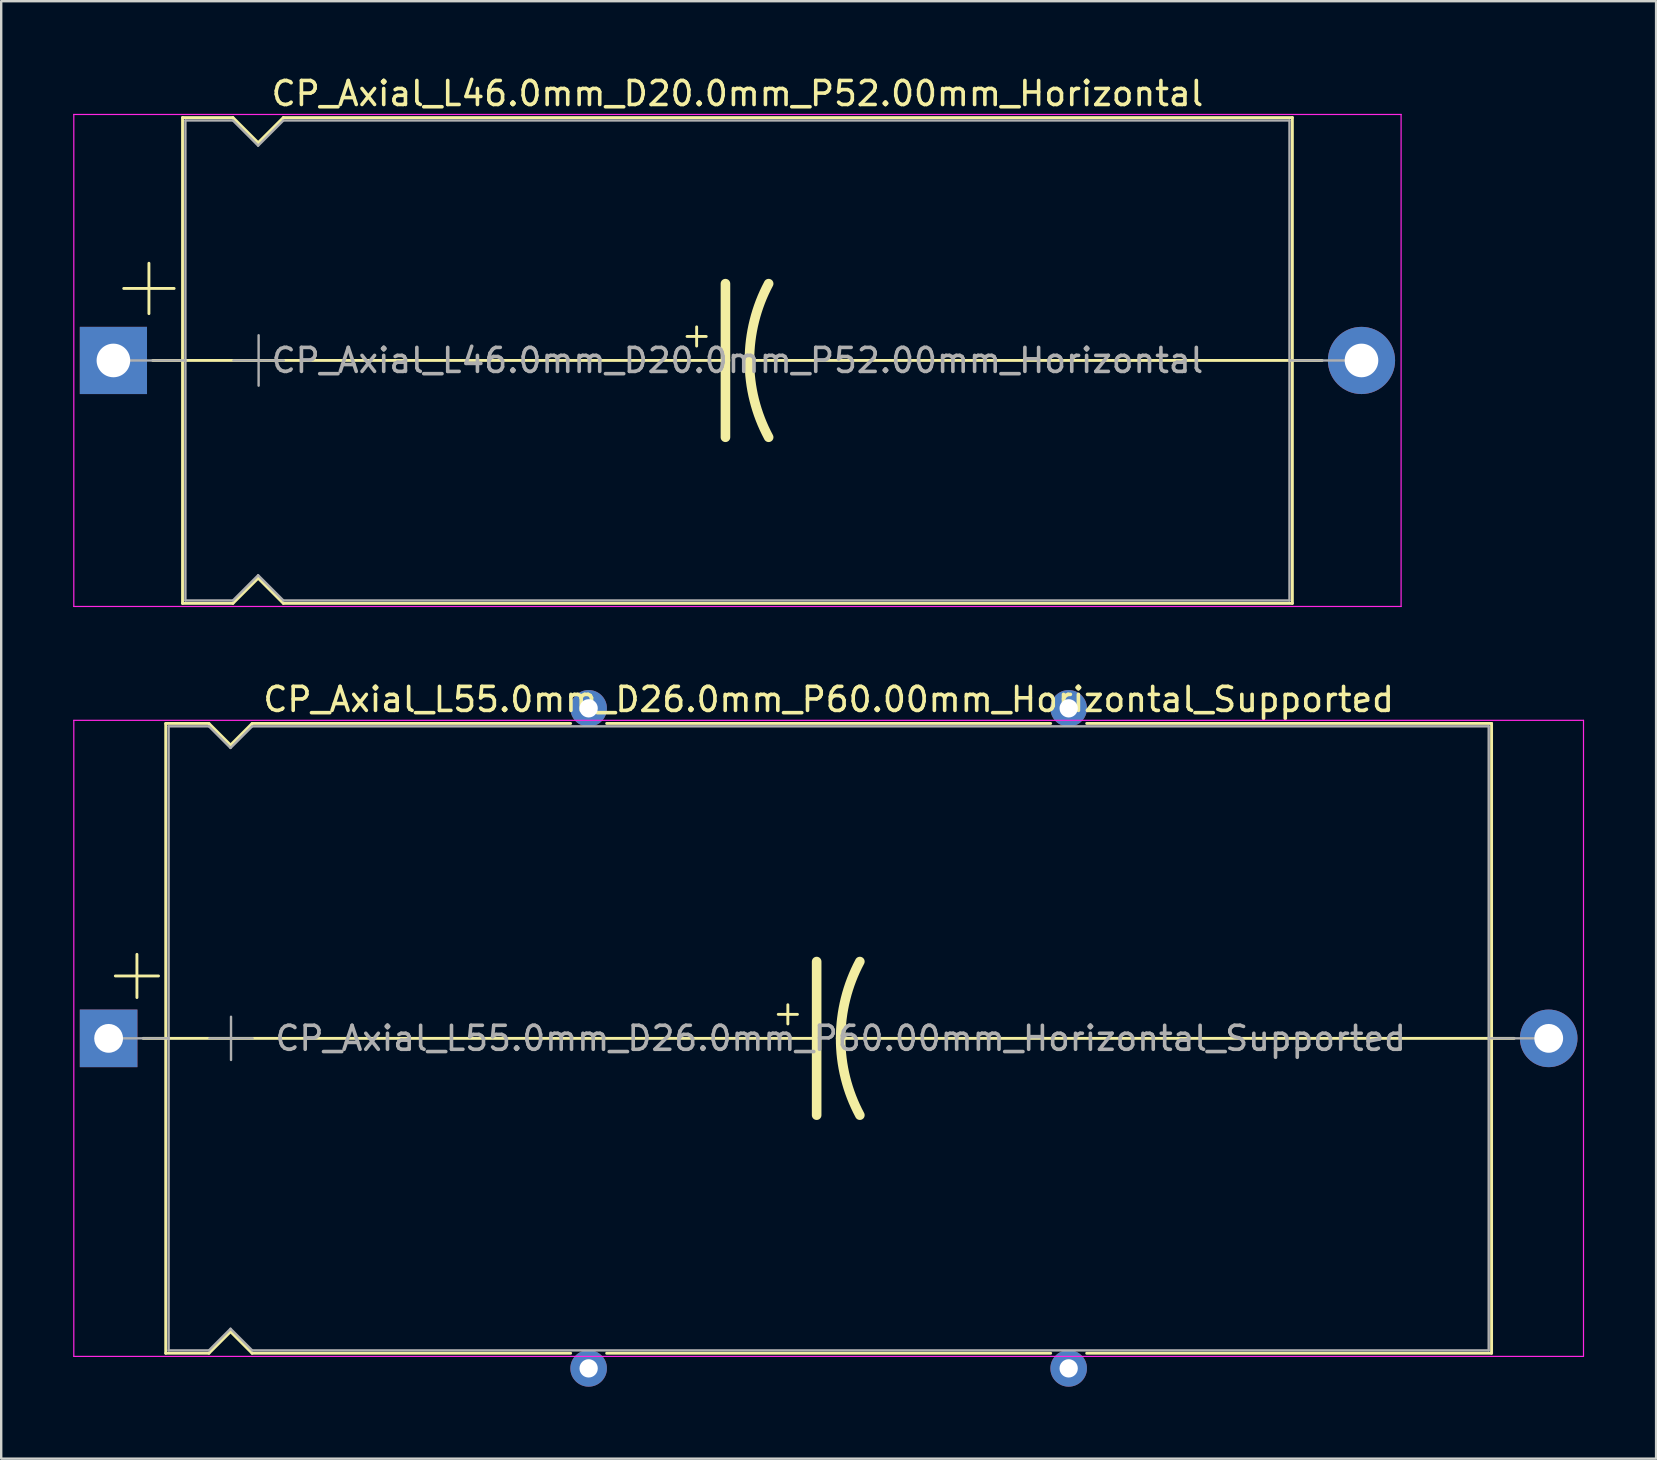
<source format=kicad_pcb>
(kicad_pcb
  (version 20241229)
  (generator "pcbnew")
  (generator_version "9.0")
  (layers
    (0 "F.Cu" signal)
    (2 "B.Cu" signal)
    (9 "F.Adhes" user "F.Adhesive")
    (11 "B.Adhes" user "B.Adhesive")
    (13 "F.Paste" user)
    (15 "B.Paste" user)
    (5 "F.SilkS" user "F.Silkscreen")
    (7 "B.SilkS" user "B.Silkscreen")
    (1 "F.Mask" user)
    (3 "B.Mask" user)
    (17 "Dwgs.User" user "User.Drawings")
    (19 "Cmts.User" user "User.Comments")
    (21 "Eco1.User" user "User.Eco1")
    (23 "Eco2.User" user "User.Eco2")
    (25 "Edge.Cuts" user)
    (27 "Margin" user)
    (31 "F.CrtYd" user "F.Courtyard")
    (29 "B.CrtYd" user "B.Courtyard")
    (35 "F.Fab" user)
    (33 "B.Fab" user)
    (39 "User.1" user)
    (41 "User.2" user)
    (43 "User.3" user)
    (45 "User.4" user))
  (footprint "CP_Axial_L46.0mm_D20.0mm_P52.00mm_Horizontal"
    (layer "F.Cu")
    (at 1.675 11.968)
    (property "Reference" "CP_Axial_L46.0mm_D20.0mm_P52.00mm_Horizontal" (at 26 -11.12 0) (layer "F.SilkS") (effects (font (size 1 1) (thickness 0.15))))
    (attr through_hole)
    (fp_line (start 0.43 -3) (end 2.53 -3) (stroke (width 0.12) (type solid)) (layer "F.SilkS"))
    (fp_line (start 1.48 -4.05) (end 1.48 -1.95) (stroke (width 0.12) (type solid)) (layer "F.SilkS"))
    (fp_line (start 1.64 0) (end 2.88 0) (stroke (width 0.12) (type solid)) (layer "F.SilkS"))
    (fp_line (start 2.88 -10.12) (end 2.88 10.12) (stroke (width 0.12) (type solid)) (layer "F.SilkS"))
    (fp_line (start 2.88 -10.12) (end 4.98 -10.12) (stroke (width 0.12) (type solid)) (layer "F.SilkS"))
    (fp_line (start 2.88 0) (end 25.5 0) (stroke (width 0.12) (type solid)) (layer "F.SilkS"))
    (fp_line (start 2.88 10.12) (end 4.98 10.12) (stroke (width 0.12) (type solid)) (layer "F.SilkS"))
    (fp_line (start 4.98 -10.12) (end 6.03 -9.07) (stroke (width 0.12) (type solid)) (layer "F.SilkS"))
    (fp_line (start 4.98 10.12) (end 6.03 9.07) (stroke (width 0.12) (type solid)) (layer "F.SilkS"))
    (fp_line (start 6.03 -9.07) (end 7.08 -10.12) (stroke (width 0.12) (type solid)) (layer "F.SilkS"))
    (fp_line (start 6.03 9.07) (end 7.08 10.12) (stroke (width 0.12) (type solid)) (layer "F.SilkS"))
    (fp_line (start 7.08 -10.12) (end 49.12 -10.12) (stroke (width 0.12) (type solid)) (layer "F.SilkS"))
    (fp_line (start 7.08 10.12) (end 49.12 10.12) (stroke (width 0.12) (type solid)) (layer "F.SilkS"))
    (fp_line (start 23.9 -1) (end 24.7 -1) (stroke (width 0.12) (type solid)) (layer "F.SilkS"))
    (fp_line (start 24.3 -1.4) (end 24.3 -0.6) (stroke (width 0.12) (type solid)) (layer "F.SilkS"))
    (fp_line (start 25.5 0) (end 25.5 -3.2) (stroke (width 0.4) (type solid)) (layer "F.SilkS"))
    (fp_line (start 25.5 0) (end 25.5 3.2) (stroke (width 0.4) (type solid)) (layer "F.SilkS"))
    (fp_line (start 49.12 -10.12) (end 49.12 10.12) (stroke (width 0.12) (type solid)) (layer "F.SilkS"))
    (fp_line (start 49.12 0) (end 26.5 0) (stroke (width 0.12) (type solid)) (layer "F.SilkS"))
    (fp_line (start 50.36 0) (end 49.12 0) (stroke (width 0.12) (type solid)) (layer "F.SilkS"))
    (fp_arc (start 26.5 0) (mid 26.703545 -1.649114) (end 27.3 -3.2) (stroke (width 0.4) (type solid)) (layer "F.SilkS"))
    (fp_arc (start 27.3 3.2) (mid 26.700709 1.649823) (end 26.5 0) (stroke (width 0.4) (type solid)) (layer "F.SilkS"))
    (fp_line (start -1.65 -10.25) (end -1.65 10.25) (stroke (width 0.05) (type solid)) (layer "F.CrtYd"))
    (fp_line (start -1.65 10.25) (end 53.65 10.25) (stroke (width 0.05) (type solid)) (layer "F.CrtYd"))
    (fp_line (start 53.65 -10.25) (end -1.65 -10.25) (stroke (width 0.05) (type solid)) (layer "F.CrtYd"))
    (fp_line (start 53.65 10.25) (end 53.65 -10.25) (stroke (width 0.05) (type solid)) (layer "F.CrtYd"))
    (fp_line (start 0 0) (end 3 0) (stroke (width 0.1) (type solid)) (layer "F.Fab"))
    (fp_line (start 3 -10) (end 3 10) (stroke (width 0.1) (type solid)) (layer "F.Fab"))
    (fp_line (start 3 -10) (end 4.98 -10) (stroke (width 0.1) (type solid)) (layer "F.Fab"))
    (fp_line (start 3 10) (end 4.98 10) (stroke (width 0.1) (type solid)) (layer "F.Fab"))
    (fp_line (start 4.98 -10) (end 6.03 -8.95) (stroke (width 0.1) (type solid)) (layer "F.Fab"))
    (fp_line (start 4.98 10) (end 6.03 8.95) (stroke (width 0.1) (type solid)) (layer "F.Fab"))
    (fp_line (start 5 0) (end 7.1 0) (stroke (width 0.1) (type solid)) (layer "F.Fab"))
    (fp_line (start 6.03 -8.95) (end 7.08 -10) (stroke (width 0.1) (type solid)) (layer "F.Fab"))
    (fp_line (start 6.03 8.95) (end 7.08 10) (stroke (width 0.1) (type solid)) (layer "F.Fab"))
    (fp_line (start 6.05 -1.05) (end 6.05 1.05) (stroke (width 0.1) (type solid)) (layer "F.Fab"))
    (fp_line (start 7.08 -10) (end 49 -10) (stroke (width 0.1) (type solid)) (layer "F.Fab"))
    (fp_line (start 7.08 10) (end 49 10) (stroke (width 0.1) (type solid)) (layer "F.Fab"))
    (fp_line (start 49 -10) (end 49 10) (stroke (width 0.1) (type solid)) (layer "F.Fab"))
    (fp_line (start 52 0) (end 49 0) (stroke (width 0.1) (type solid)) (layer "F.Fab"))
    (fp_text user "${REFERENCE}" (at 26 0 0) (layer "F.Fab") (effects (font (size 1 1) (thickness 0.15))))
    (pad "1" thru_hole rect (at 0 0) (size 2.8 2.8) (drill 1.4) (layers "*.Cu" "*.Mask"))
    (pad "2" thru_hole oval (at 52 0) (size 2.8 2.8) (drill 1.4) (layers "*.Cu" "*.Mask")))
  (footprint "CP_Axial_L55.0mm_D26.0mm_P60.00mm_Horizontal_Supported"
    (layer "F.Cu")
    (at 1.475 40.212)
    (property "Reference" "CP_Axial_L55.0mm_D26.0mm_P60.00mm_Horizontal_Supported" (at 30 -14.12 0) (layer "F.SilkS") (effects (font (size 1 1) (thickness 0.15))))
    (attr through_hole)
    (fp_line (start 0.28 -2.6) (end 2.08 -2.6) (stroke (width 0.12) (type solid)) (layer "F.SilkS"))
    (fp_line (start 1.18 -3.5) (end 1.18 -1.7) (stroke (width 0.12) (type solid)) (layer "F.SilkS"))
    (fp_line (start 1.44 0) (end 2.38 0) (stroke (width 0.12) (type solid)) (layer "F.SilkS"))
    (fp_line (start 2.38 -13.12) (end 2.38 13.12) (stroke (width 0.12) (type solid)) (layer "F.SilkS"))
    (fp_line (start 2.38 -13.12) (end 4.18 -13.12) (stroke (width 0.12) (type solid)) (layer "F.SilkS"))
    (fp_line (start 2.38 0) (end 29.5 0) (stroke (width 0.12) (type solid)) (layer "F.SilkS"))
    (fp_line (start 2.38 13.12) (end 4.18 13.12) (stroke (width 0.12) (type solid)) (layer "F.SilkS"))
    (fp_line (start 4.18 -13.12) (end 5.08 -12.22) (stroke (width 0.12) (type solid)) (layer "F.SilkS"))
    (fp_line (start 4.18 13.12) (end 5.08 12.22) (stroke (width 0.12) (type solid)) (layer "F.SilkS"))
    (fp_line (start 5.08 -12.22) (end 5.98 -13.12) (stroke (width 0.12) (type solid)) (layer "F.SilkS"))
    (fp_line (start 5.08 12.22) (end 5.98 13.12) (stroke (width 0.12) (type solid)) (layer "F.SilkS"))
    (fp_line (start 5.98 -13.12) (end 19.25 -13.12) (stroke (width 0.12) (type solid)) (layer "F.SilkS"))
    (fp_line (start 5.98 13.12) (end 19.25 13.12) (stroke (width 0.12) (type solid)) (layer "F.SilkS"))
    (fp_line (start 20.75 -13.12) (end 39.25 -13.12) (stroke (width 0.12) (type solid)) (layer "F.SilkS"))
    (fp_line (start 20.75 13.12) (end 39.25 13.12) (stroke (width 0.12) (type solid)) (layer "F.SilkS"))
    (fp_line (start 27.9 -1) (end 28.7 -1) (stroke (width 0.12) (type solid)) (layer "F.SilkS"))
    (fp_line (start 28.3 -1.4) (end 28.3 -0.6) (stroke (width 0.12) (type solid)) (layer "F.SilkS"))
    (fp_line (start 29.5 0) (end 29.5 -3.2) (stroke (width 0.4) (type solid)) (layer "F.SilkS"))
    (fp_line (start 29.5 0) (end 29.5 3.2) (stroke (width 0.4) (type solid)) (layer "F.SilkS"))
    (fp_line (start 40.75 -13.12) (end 57.62 -13.12) (stroke (width 0.12) (type solid)) (layer "F.SilkS"))
    (fp_line (start 40.75 13.12) (end 57.62 13.12) (stroke (width 0.12) (type solid)) (layer "F.SilkS"))
    (fp_line (start 57.62 -13.12) (end 57.62 13.12) (stroke (width 0.12) (type solid)) (layer "F.SilkS"))
    (fp_line (start 57.62 0) (end 30.5 0) (stroke (width 0.12) (type solid)) (layer "F.SilkS"))
    (fp_line (start 58.56 0) (end 57.62 0) (stroke (width 0.12) (type solid)) (layer "F.SilkS"))
    (fp_arc (start 30.5 0) (mid 30.703545 -1.649114) (end 31.3 -3.2) (stroke (width 0.4) (type solid)) (layer "F.SilkS"))
    (fp_arc (start 31.3 3.2) (mid 30.700709 1.649823) (end 30.5 0) (stroke (width 0.4) (type solid)) (layer "F.SilkS"))
    (fp_line (start -1.45 -13.25) (end -1.45 13.25) (stroke (width 0.05) (type solid)) (layer "F.CrtYd"))
    (fp_line (start -1.45 13.25) (end 61.45 13.25) (stroke (width 0.05) (type solid)) (layer "F.CrtYd"))
    (fp_line (start 61.45 -13.25) (end -1.45 -13.25) (stroke (width 0.05) (type solid)) (layer "F.CrtYd"))
    (fp_line (start 61.45 13.25) (end 61.45 -13.25) (stroke (width 0.05) (type solid)) (layer "F.CrtYd"))
    (fp_line (start 0 0) (end 2.5 0) (stroke (width 0.1) (type solid)) (layer "F.Fab"))
    (fp_line (start 2.5 -13) (end 2.5 13) (stroke (width 0.1) (type solid)) (layer "F.Fab"))
    (fp_line (start 2.5 -13) (end 4.18 -13) (stroke (width 0.1) (type solid)) (layer "F.Fab"))
    (fp_line (start 2.5 13) (end 4.18 13) (stroke (width 0.1) (type solid)) (layer "F.Fab"))
    (fp_line (start 4.18 -13) (end 5.08 -12.1) (stroke (width 0.1) (type solid)) (layer "F.Fab"))
    (fp_line (start 4.18 13) (end 5.08 12.1) (stroke (width 0.1) (type solid)) (layer "F.Fab"))
    (fp_line (start 4.2 0) (end 6 0) (stroke (width 0.1) (type solid)) (layer "F.Fab"))
    (fp_line (start 5.08 -12.1) (end 5.98 -13) (stroke (width 0.1) (type solid)) (layer "F.Fab"))
    (fp_line (start 5.08 12.1) (end 5.98 13) (stroke (width 0.1) (type solid)) (layer "F.Fab"))
    (fp_line (start 5.1 -0.9) (end 5.1 0.9) (stroke (width 0.1) (type solid)) (layer "F.Fab"))
    (fp_line (start 5.98 -13) (end 57.5 -13) (stroke (width 0.1) (type solid)) (layer "F.Fab"))
    (fp_line (start 5.98 13) (end 57.5 13) (stroke (width 0.1) (type solid)) (layer "F.Fab"))
    (fp_line (start 57.5 -13) (end 57.5 13) (stroke (width 0.1) (type solid)) (layer "F.Fab"))
    (fp_line (start 60 0) (end 57.5 0) (stroke (width 0.1) (type solid)) (layer "F.Fab"))
    (fp_text user "${REFERENCE}" (at 30.5 0 0) (layer "F.Fab") (effects (font (size 1 1) (thickness 0.15))))
    (pad "" thru_hole circle (at 20 -13.75) (size 1.524 1.524) (drill 0.762) (layers "*.Cu" "*.Mask"))
    (pad "" thru_hole circle (at 20 13.75) (size 1.524 1.524) (drill 0.762) (layers "*.Cu" "*.Mask"))
    (pad "" thru_hole circle (at 40 -13.75) (size 1.524 1.524) (drill 0.762) (layers "*.Cu" "*.Mask"))
    (pad "" thru_hole circle (at 40 13.75) (size 1.524 1.524) (drill 0.762) (layers "*.Cu" "*.Mask"))
    (pad "1" thru_hole rect (at 0 0) (size 2.4 2.4) (drill 1.2) (layers "*.Cu" "*.Mask"))
    (pad "2" thru_hole oval (at 60 0) (size 2.4 2.4) (drill 1.2) (layers "*.Cu" "*.Mask")))
  (gr_rect
    (start -3 -3)
    (end 65.95 57.724)
    (stroke (width 0.1) (type default))
    (fill no)
    (layer "Edge.Cuts")))
</source>
